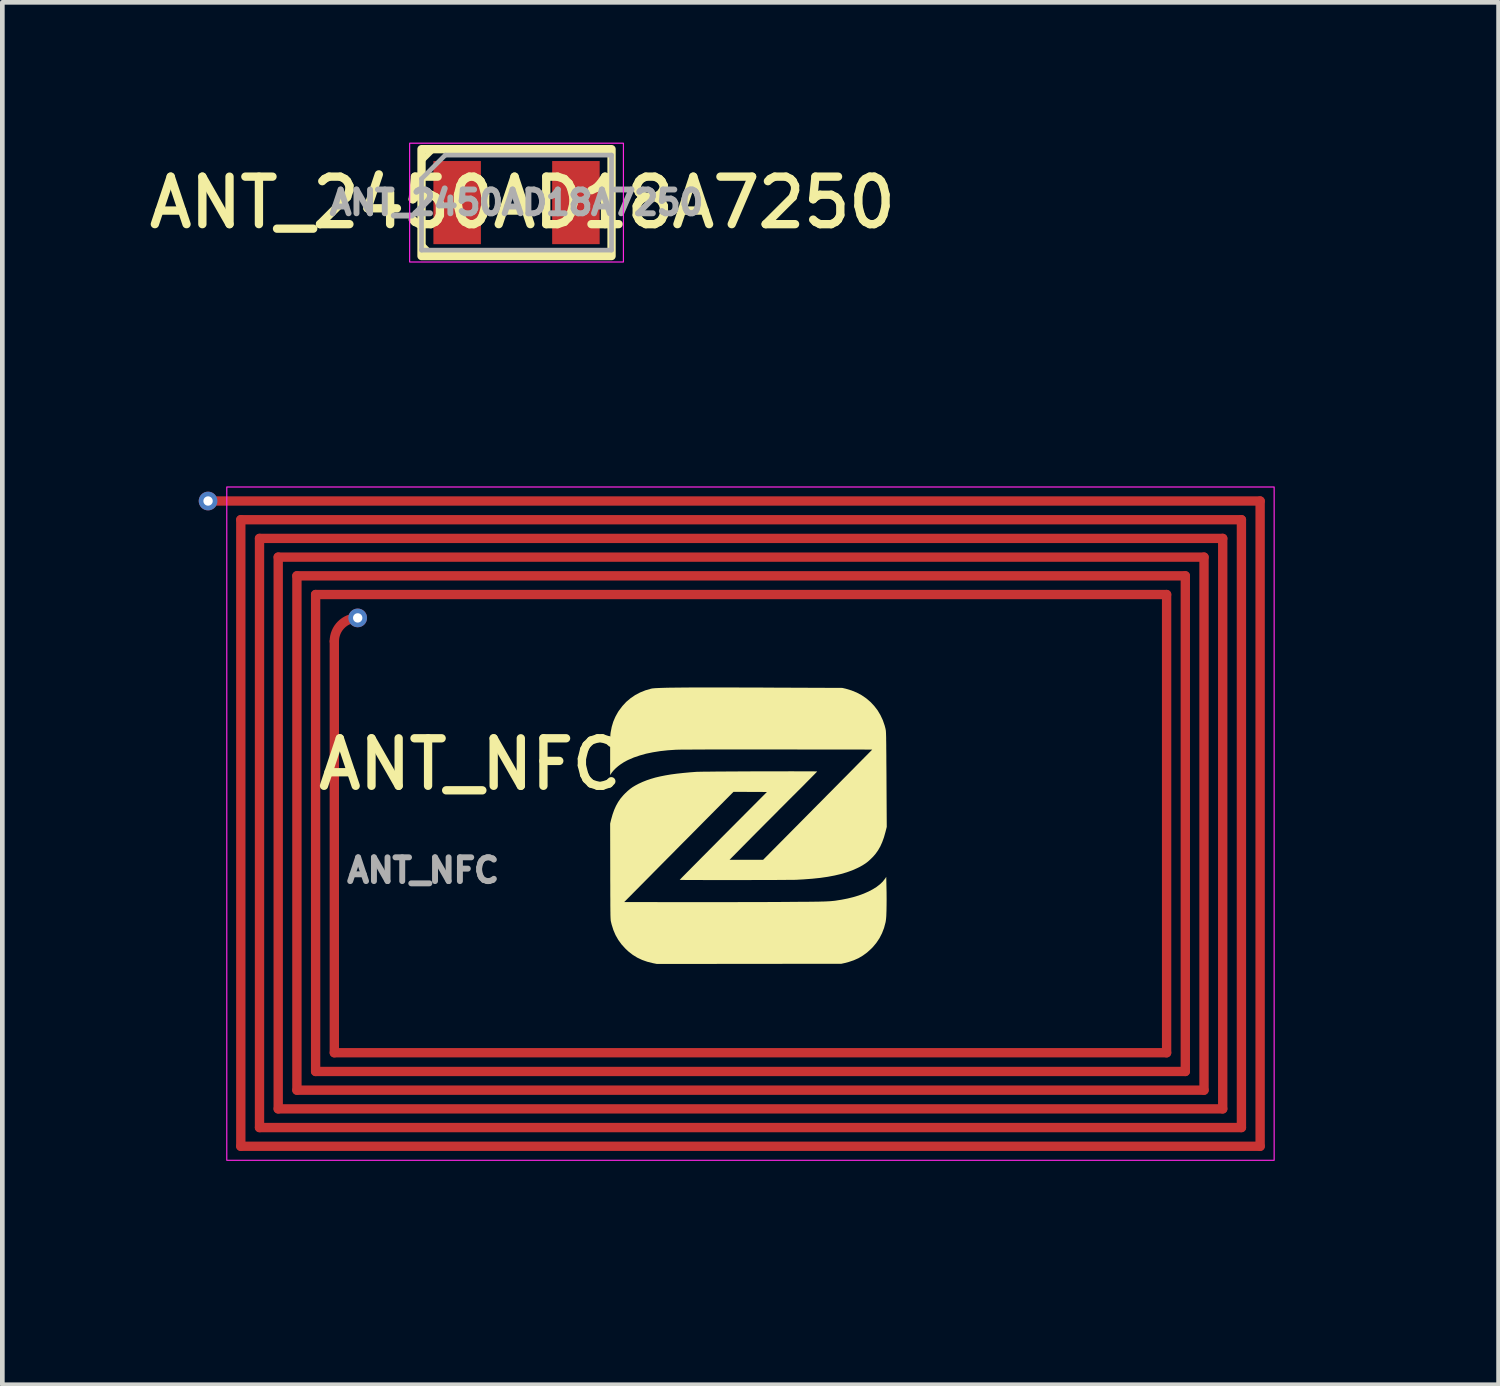
<source format=kicad_pcb>
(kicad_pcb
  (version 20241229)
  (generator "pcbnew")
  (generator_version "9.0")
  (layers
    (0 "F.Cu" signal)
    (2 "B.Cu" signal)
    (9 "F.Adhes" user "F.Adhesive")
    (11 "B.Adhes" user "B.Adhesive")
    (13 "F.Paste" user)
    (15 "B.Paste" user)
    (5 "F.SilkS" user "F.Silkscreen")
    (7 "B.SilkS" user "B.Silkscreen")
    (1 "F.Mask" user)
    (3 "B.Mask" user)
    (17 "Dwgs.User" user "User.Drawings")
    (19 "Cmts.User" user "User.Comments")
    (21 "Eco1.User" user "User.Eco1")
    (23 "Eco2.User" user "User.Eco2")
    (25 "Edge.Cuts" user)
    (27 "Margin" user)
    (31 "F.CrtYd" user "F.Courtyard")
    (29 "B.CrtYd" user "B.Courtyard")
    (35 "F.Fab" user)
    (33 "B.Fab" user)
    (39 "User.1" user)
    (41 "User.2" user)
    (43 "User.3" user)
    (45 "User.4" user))
  (footprint "ANT_2450AD18A7250"
    (layer "F.Cu")
    (at 7.997 1.283)
    (property "Reference" "ANT_2450AD18A7250" (at 0.127 0 0) (layer "F.SilkS") (effects (font (size 1.016 1.016) (thickness 0.178))))
    (attr smd)
    (fp_line (start -2.032 -0.889) (end -1.778 -1.143) (stroke (width 0.12) (type solid)) (layer "F.SilkS"))
    (fp_line (start -2.032 0.889) (end -1.778 1.143) (stroke (width 0.12) (type solid)) (layer "F.SilkS"))
    (fp_rect (start -2.032 -1.143) (end 2.032 1.143) (stroke (width 0.178) (type solid)) (fill no) (layer "F.SilkS"))
    (fp_rect (start -2.286 -1.27) (end 2.286 1.27) (stroke (width 0.025) (type solid)) (fill no) (layer "F.CrtYd"))
    (fp_line (start -2.032 -0.508) (end -1.524 -1.016) (stroke (width 0.1) (type solid)) (layer "F.Fab"))
    (fp_line (start -2.032 1.016) (end -2.032 -0.508) (stroke (width 0.1) (type solid)) (layer "F.Fab"))
    (fp_line (start -1.524 -1.016) (end 2.032 -1.016) (stroke (width 0.1) (type solid)) (layer "F.Fab"))
    (fp_line (start 2.032 -1.016) (end 2.032 1.016) (stroke (width 0.1) (type solid)) (layer "F.Fab"))
    (fp_line (start 2.032 1.016) (end -2.032 1.016) (stroke (width 0.1) (type solid)) (layer "F.Fab"))
    (fp_text user "${REFERENCE}" (at 0 0 0) (layer "F.Fab") (effects (font (size 0.508 0.508) (thickness 0.127))))
    (pad "1" smd rect (at -1.27 0) (size 1.016 1.778) (layers "F.Cu" "F.Mask" "F.Paste"))
    (pad "2" smd rect (at 1.27 0) (size 1.016 1.778) (layers "F.Cu" "F.Mask" "F.Paste")))
  (footprint "ANT_NFC"
    (layer "F.Cu")
    (at 2 14.565)
    (property "Reference" "ANT_NFC" (at 5 -1.27 0) (layer "F.SilkS") (effects (font (size 1.016 1.016) (thickness 0.178))))
    (attr smd)
    (fp_line (start -0.6 -6.9) (end 21.9 -6.9) (stroke (width 0.2) (type solid)) (layer "F.Cu"))
    (fp_line (start 0.1 -6.5) (end 0.1 6.9) (stroke (width 0.2) (type solid)) (layer "F.Cu"))
    (fp_line (start 0.1 -6.5) (end 21.5 -6.5) (stroke (width 0.2) (type solid)) (layer "F.Cu"))
    (fp_line (start 0.1 6.9) (end 21.9 6.9) (stroke (width 0.2) (type solid)) (layer "F.Cu"))
    (fp_line (start 0.5 -6.1) (end 0.5 6.5) (stroke (width 0.2) (type solid)) (layer "F.Cu"))
    (fp_line (start 0.5 -6.1) (end 21.1 -6.1) (stroke (width 0.2) (type solid)) (layer "F.Cu"))
    (fp_line (start 0.5 6.5) (end 21.5 6.5) (stroke (width 0.2) (type solid)) (layer "F.Cu"))
    (fp_line (start 0.9 -5.7) (end 0.9 6.1) (stroke (width 0.2) (type solid)) (layer "F.Cu"))
    (fp_line (start 0.9 -5.7) (end 20.7 -5.7) (stroke (width 0.2) (type solid)) (layer "F.Cu"))
    (fp_line (start 0.9 6.1) (end 21.1 6.1) (stroke (width 0.2) (type solid)) (layer "F.Cu"))
    (fp_line (start 1.3 -5.3) (end 1.3 5.7) (stroke (width 0.2) (type solid)) (layer "F.Cu"))
    (fp_line (start 1.3 -5.3) (end 20.3 -5.3) (stroke (width 0.2) (type solid)) (layer "F.Cu"))
    (fp_line (start 1.3 5.7) (end 20.7 5.7) (stroke (width 0.2) (type solid)) (layer "F.Cu"))
    (fp_line (start 1.7 -4.9) (end 1.7 5.3) (stroke (width 0.2) (type solid)) (layer "F.Cu"))
    (fp_line (start 1.7 -4.9) (end 19.9 -4.9) (stroke (width 0.2) (type solid)) (layer "F.Cu"))
    (fp_line (start 1.7 5.3) (end 20.3 5.3) (stroke (width 0.2) (type solid)) (layer "F.Cu"))
    (fp_line (start 2.1 -3.9) (end 2.1 4.9) (stroke (width 0.2) (type solid)) (layer "F.Cu"))
    (fp_line (start 2.1 4.9) (end 19.9 4.9) (stroke (width 0.2) (type solid)) (layer "F.Cu"))
    (fp_line (start 19.9 -4.9) (end 19.9 4.9) (stroke (width 0.2) (type solid)) (layer "F.Cu"))
    (fp_line (start 20.3 -5.3) (end 20.3 5.3) (stroke (width 0.2) (type solid)) (layer "F.Cu"))
    (fp_line (start 20.7 -5.7) (end 20.7 5.7) (stroke (width 0.2) (type solid)) (layer "F.Cu"))
    (fp_line (start 21.1 -6.1) (end 21.1 6.1) (stroke (width 0.2) (type solid)) (layer "F.Cu"))
    (fp_line (start 21.5 -6.5) (end 21.5 6.5) (stroke (width 0.2) (type solid)) (layer "F.Cu"))
    (fp_line (start 21.9 -6.9) (end 21.9 6.9) (stroke (width 0.2) (type solid)) (layer "F.Cu"))
    (fp_arc (start 2.1 -3.9) (mid 2.246447 -4.253553) (end 2.6 -4.4) (stroke (width 0.2) (type solid)) (layer "F.Cu"))
    (fp_poly (pts (xy 8.019 -0.084) (xy 8.05 -0.194) (xy 8.085 -0.293) (xy 8.125 -0.382) (xy 8.171 -0.464) (xy 8.224 -0.541) (xy 8.286 -0.613) (xy 8.319 -0.647) (xy 8.373 -0.698) (xy 8.425 -0.742) (xy 8.478 -0.78) (xy 8.536 -0.815) (xy 8.603 -0.851) (xy 8.616 -0.857) (xy 8.697 -0.894) (xy 8.783 -0.928) (xy 8.872 -0.958) (xy 8.968 -0.986) (xy 9.07 -1.01) (xy 9.18 -1.032) (xy 9.298 -1.052) (xy 9.426 -1.069) (xy 9.564 -1.084) (xy 9.714 -1.098) (xy 9.85 -1.108) (xy 9.868 -1.108) (xy 9.898 -1.109) (xy 9.938 -1.11) (xy 9.99 -1.111) (xy 10.05 -1.112) (xy 10.12 -1.112) (xy 10.197 -1.113) (xy 10.282 -1.114) (xy 10.372 -1.114) (xy 10.469 -1.115) (xy 10.57 -1.116) (xy 10.675 -1.116) (xy 10.784 -1.117) (xy 10.895 -1.117) (xy 11.007 -1.118) (xy 11.121 -1.118) (xy 11.234 -1.118) (xy 11.347 -1.119) (xy 11.458 -1.119) (xy 11.568 -1.119) (xy 11.674 -1.119) (xy 11.776 -1.119) (xy 11.874 -1.12) (xy 11.966 -1.119) (xy 12.053 -1.119) (xy 12.132 -1.119) (xy 12.203 -1.119) (xy 12.266 -1.119) (xy 12.32 -1.118) (xy 12.364 -1.118) (xy 12.397 -1.117) (xy 12.418 -1.117) (xy 12.427 -1.116) (xy 12.427 -1.116) (xy 12.422 -1.111) (xy 12.409 -1.096) (xy 12.387 -1.074) (xy 12.358 -1.044) (xy 12.322 -1.008) (xy 12.28 -0.965) (xy 12.232 -0.917) (xy 12.18 -0.864) (xy 12.123 -0.806) (xy 12.062 -0.745) (xy 11.998 -0.682) (xy 11.97 -0.653) (xy 11.893 -0.577) (xy 11.809 -0.493) (xy 11.719 -0.402) (xy 11.624 -0.308) (xy 11.528 -0.21) (xy 11.43 -0.112) (xy 11.333 -0.015) (xy 11.24 0.079) (xy 11.15 0.169) (xy 11.067 0.253) (xy 11.032 0.288) (xy 10.552 0.774) (xy 11.27 0.774) (xy 12.074 -0.037) (xy 12.167 -0.131) (xy 12.261 -0.226) (xy 12.357 -0.323) (xy 12.452 -0.419) (xy 12.547 -0.514) (xy 12.639 -0.608) (xy 12.73 -0.699) (xy 12.817 -0.787) (xy 12.9 -0.871) (xy 12.977 -0.949) (xy 13.05 -1.022) (xy 13.115 -1.088) (xy 13.173 -1.147) (xy 13.223 -1.197) (xy 13.241 -1.216) (xy 13.605 -1.584) (xy 11.581 -1.586) (xy 11.347 -1.586) (xy 11.127 -1.586) (xy 10.92 -1.586) (xy 10.726 -1.586) (xy 10.545 -1.586) (xy 10.378 -1.586) (xy 10.224 -1.586) (xy 10.083 -1.586) (xy 9.955 -1.585) (xy 9.84 -1.585) (xy 9.739 -1.584) (xy 9.651 -1.584) (xy 9.576 -1.583) (xy 9.515 -1.583) (xy 9.467 -1.582) (xy 9.432 -1.581) (xy 9.413 -1.581) (xy 9.235 -1.569) (xy 9.069 -1.551) (xy 8.913 -1.526) (xy 8.768 -1.496) (xy 8.633 -1.458) (xy 8.506 -1.415) (xy 8.388 -1.364) (xy 8.353 -1.347) (xy 8.29 -1.312) (xy 8.228 -1.272) (xy 8.169 -1.228) (xy 8.116 -1.182) (xy 8.07 -1.135) (xy 8.034 -1.091) (xy 8.026 -1.079) (xy 7.999 -1.038) (xy 7.999 -1.46) (xy 7.999 -1.55) (xy 7.999 -1.627) (xy 8 -1.694) (xy 8 -1.75) (xy 8.001 -1.798) (xy 8.002 -1.837) (xy 8.003 -1.87) (xy 8.004 -1.897) (xy 8.006 -1.92) (xy 8.008 -1.939) (xy 8.01 -1.953) (xy 8.033 -2.071) (xy 8.066 -2.181) (xy 8.111 -2.286) (xy 8.167 -2.387) (xy 8.187 -2.417) (xy 8.261 -2.515) (xy 8.343 -2.604) (xy 8.434 -2.681) (xy 8.533 -2.749) (xy 8.639 -2.805) (xy 8.753 -2.851) (xy 8.874 -2.886) (xy 8.888 -2.889) (xy 8.905 -2.892) (xy 8.929 -2.894) (xy 8.96 -2.897) (xy 8.998 -2.899) (xy 9.045 -2.901) (xy 9.099 -2.903) (xy 9.162 -2.905) (xy 9.233 -2.907) (xy 9.313 -2.908) (xy 9.403 -2.909) (xy 9.502 -2.91) (xy 9.611 -2.911) (xy 9.73 -2.912) (xy 9.86 -2.912) (xy 10 -2.912) (xy 10.152 -2.913) (xy 10.314 -2.912) (xy 10.489 -2.912) (xy 10.675 -2.912) (xy 10.874 -2.911) (xy 11.085 -2.911) (xy 11.31 -2.91) (xy 11.437 -2.909) (xy 12.964 -2.903) (xy 13.041 -2.885) (xy 13.16 -2.849) (xy 13.273 -2.803) (xy 13.379 -2.746) (xy 13.477 -2.679) (xy 13.567 -2.602) (xy 13.647 -2.517) (xy 13.719 -2.423) (xy 13.78 -2.321) (xy 13.831 -2.212) (xy 13.871 -2.096) (xy 13.888 -2.03) (xy 13.89 -2.021) (xy 13.891 -2.012) (xy 13.893 -2.003) (xy 13.895 -1.993) (xy 13.896 -1.981) (xy 13.897 -1.966) (xy 13.898 -1.948) (xy 13.899 -1.927) (xy 13.9 -1.901) (xy 13.901 -1.87) (xy 13.902 -1.833) (xy 13.902 -1.79) (xy 13.903 -1.74) (xy 13.904 -1.681) (xy 13.904 -1.615) (xy 13.905 -1.539) (xy 13.906 -1.454) (xy 13.906 -1.358) (xy 13.907 -1.251) (xy 13.908 -1.133) (xy 13.909 -1.002) (xy 13.909 -0.947) (xy 13.915 0.07) (xy 13.887 0.18) (xy 13.855 0.293) (xy 13.818 0.395) (xy 13.777 0.487) (xy 13.73 0.569) (xy 13.677 0.644) (xy 13.621 0.709) (xy 13.566 0.763) (xy 13.513 0.811) (xy 13.457 0.853) (xy 13.396 0.892) (xy 13.327 0.93) (xy 13.28 0.953) (xy 13.176 0.999) (xy 13.062 1.04) (xy 12.937 1.077) (xy 12.801 1.109) (xy 12.653 1.137) (xy 12.494 1.16) (xy 12.323 1.178) (xy 12.14 1.192) (xy 11.997 1.2) (xy 11.975 1.201) (xy 11.942 1.202) (xy 11.898 1.202) (xy 11.843 1.203) (xy 11.78 1.203) (xy 11.708 1.204) (xy 11.629 1.204) (xy 11.543 1.205) (xy 11.451 1.205) (xy 11.353 1.206) (xy 11.251 1.206) (xy 11.146 1.206) (xy 11.037 1.206) (xy 10.927 1.207) (xy 10.815 1.207) (xy 10.703 1.207) (xy 10.591 1.207) (xy 10.48 1.207) (xy 10.371 1.207) (xy 10.265 1.207) (xy 10.162 1.207) (xy 10.064 1.207) (xy 9.97 1.206) (xy 9.883 1.206) (xy 9.802 1.206) (xy 9.728 1.205) (xy 9.663 1.205) (xy 9.607 1.205) (xy 9.56 1.204) (xy 9.525 1.204) (xy 9.5 1.203) (xy 9.488 1.202) (xy 9.487 1.202) (xy 9.491 1.197) (xy 9.505 1.183) (xy 9.527 1.16) (xy 9.557 1.129) (xy 9.595 1.091) (xy 9.64 1.045) (xy 9.692 0.993) (xy 9.75 0.934) (xy 9.814 0.87) (xy 9.883 0.8) (xy 9.957 0.725) (xy 10.036 0.646) (xy 10.118 0.563) (xy 10.205 0.476) (xy 10.294 0.386) (xy 10.386 0.293) (xy 10.419 0.26) (xy 11.352 -0.677) (xy 10.637 -0.68) (xy 10.046 -0.085) (xy 9.958 0.004) (xy 9.861 0.102) (xy 9.759 0.205) (xy 9.653 0.312) (xy 9.543 0.422) (xy 9.433 0.533) (xy 9.324 0.644) (xy 9.216 0.752) (xy 9.112 0.857) (xy 9.014 0.956) (xy 8.922 1.049) (xy 8.878 1.094) (xy 8.3 1.677) (xy 9.651 1.679) (xy 9.799 1.679) (xy 9.951 1.679) (xy 10.106 1.679) (xy 10.264 1.679) (xy 10.422 1.679) (xy 10.58 1.679) (xy 10.736 1.678) (xy 10.89 1.678) (xy 11.039 1.678) (xy 11.183 1.677) (xy 11.32 1.677) (xy 11.449 1.676) (xy 11.569 1.676) (xy 11.679 1.675) (xy 11.778 1.675) (xy 11.814 1.674) (xy 11.94 1.673) (xy 12.055 1.672) (xy 12.158 1.672) (xy 12.25 1.671) (xy 12.332 1.67) (xy 12.405 1.669) (xy 12.47 1.668) (xy 12.528 1.666) (xy 12.579 1.665) (xy 12.624 1.663) (xy 12.665 1.661) (xy 12.702 1.659) (xy 12.735 1.656) (xy 12.767 1.653) (xy 12.797 1.65) (xy 12.827 1.646) (xy 12.857 1.641) (xy 12.888 1.636) (xy 12.922 1.631) (xy 12.947 1.627) (xy 13.075 1.602) (xy 13.197 1.572) (xy 13.313 1.537) (xy 13.422 1.497) (xy 13.522 1.453) (xy 13.614 1.405) (xy 13.696 1.354) (xy 13.767 1.299) (xy 13.827 1.242) (xy 13.874 1.183) (xy 13.878 1.178) (xy 13.904 1.138) (xy 13.908 1.324) (xy 13.911 1.475) (xy 13.912 1.615) (xy 13.911 1.744) (xy 13.909 1.864) (xy 13.907 1.914) (xy 13.905 1.975) (xy 13.901 2.026) (xy 13.896 2.069) (xy 13.89 2.107) (xy 13.889 2.111) (xy 13.857 2.231) (xy 13.813 2.345) (xy 13.758 2.452) (xy 13.691 2.552) (xy 13.613 2.645) (xy 13.579 2.679) (xy 13.494 2.756) (xy 13.405 2.821) (xy 13.311 2.877) (xy 13.21 2.922) (xy 13.1 2.959) (xy 13.008 2.983) (xy 12.944 2.997) (xy 10.971 2.999) (xy 8.999 3.001) (xy 8.914 2.984) (xy 8.794 2.954) (xy 8.683 2.915) (xy 8.579 2.866) (xy 8.482 2.806) (xy 8.391 2.735) (xy 8.326 2.674) (xy 8.244 2.584) (xy 8.174 2.488) (xy 8.115 2.385) (xy 8.068 2.275) (xy 8.031 2.158) (xy 8.018 2.104) (xy 8.016 2.095) (xy 8.014 2.086) (xy 8.012 2.077) (xy 8.011 2.066) (xy 8.01 2.054) (xy 8.009 2.04) (xy 8.008 2.022) (xy 8.007 2) (xy 8.006 1.974) (xy 8.005 1.943) (xy 8.005 1.906) (xy 8.004 1.863) (xy 8.004 1.813) (xy 8.003 1.755) (xy 8.003 1.688) (xy 8.003 1.612) (xy 8.002 1.527) (xy 8.002 1.431) (xy 8.002 1.324) (xy 8.001 1.206) (xy 8.001 1.075) (xy 8.001 1.018) (xy 7.999 -0.001)) (stroke (width 0) (type solid)) (fill yes) (layer "F.SilkS"))
    (fp_rect (start -0.2 -7.2) (end 22.2 7.2) (stroke (width 0.025) (type solid)) (fill no) (layer "F.CrtYd"))
    (fp_text user "${REFERENCE}" (at 4 1 0) (layer "F.Fab") (effects (font (size 0.508 0.508) (thickness 0.127))))
    (pad "1" thru_hole circle (at 2.6 -4.4) (size 0.4 0.4) (drill 0.2) (layers "*.Cu" "*.Mask"))
    (pad "2" thru_hole circle (at -0.6 -6.9) (size 0.4 0.4) (drill 0.2) (layers "*.Cu" "*.Mask"))
    (zone (net_name "") (layer "F.Cu") (hatch edge 0.508) (connect_pads) (min_thickness 0.254) (filled_areas_thickness no) (keepout (tracks allowed) (vias allowed) (pads allowed) (copperpour not_allowed) (footprints allowed)) (placement (enabled no)) (fill) (polygon (pts (xy 2 23.565) (xy 0 23.565) (xy 0 5.565) (xy 2 5.565))))
    (zone (net_name "") (layer "F.Cu") (hatch edge 0.508) (connect_pads) (min_thickness 0.254) (filled_areas_thickness no) (keepout (tracks allowed) (vias allowed) (pads allowed) (copperpour not_allowed) (footprints allowed)) (placement (enabled no)) (fill) (polygon (pts (xy 6.2 19.365) (xy 4.2 19.365) (xy 4.2 9.765) (xy 6.2 9.765))))
    (zone (net_name "") (layer "F.Cu") (hatch edge 0.508) (connect_pads) (min_thickness 0.254) (filled_areas_thickness no) (keepout (tracks allowed) (vias allowed) (pads allowed) (copperpour not_allowed) (footprints allowed)) (placement (enabled no)) (fill) (polygon (pts (xy 19.8 11.765) (xy 4.2 11.765) (xy 4.2 9.765) (xy 19.8 9.765))))
    (zone (net_name "") (layer "F.Cu") (hatch edge 0.508) (connect_pads) (min_thickness 0.254) (filled_areas_thickness no) (keepout (tracks allowed) (vias allowed) (pads allowed) (copperpour not_allowed) (footprints allowed)) (placement (enabled no)) (fill) (polygon (pts (xy 19.8 19.465) (xy 4.2 19.365) (xy 4.2 17.365) (xy 19.8 17.365))))
    (zone (net_name "") (layer "F.Cu") (hatch edge 0.508) (connect_pads) (min_thickness 0.254) (filled_areas_thickness no) (keepout (tracks allowed) (vias allowed) (pads allowed) (copperpour not_allowed) (footprints allowed)) (placement (enabled no)) (fill) (polygon (pts (xy 21.8 19.365) (xy 19.8 19.365) (xy 19.8 9.765) (xy 21.8 9.765))))
    (zone (net_name "") (layer "F.Cu") (hatch edge 0.508) (connect_pads) (min_thickness 0.254) (filled_areas_thickness no) (keepout (tracks allowed) (vias allowed) (pads allowed) (copperpour not_allowed) (footprints allowed)) (placement (enabled no)) (fill) (polygon (pts (xy 26 7.565) (xy 0 7.565) (xy 0 5.565) (xy 26 5.565))))
    (zone (net_name "") (layer "F.Cu") (hatch edge 0.508) (connect_pads) (min_thickness 0.254) (filled_areas_thickness no) (keepout (tracks allowed) (vias allowed) (pads not_allowed) (copperpour not_allowed) (footprints allowed)) (placement (enabled no)) (fill) (polygon (pts (xy 26 23.565) (xy 0 23.565) (xy 0 21.565) (xy 26 21.565))))
    (zone (net_name "") (layer "F.Cu") (hatch edge 0.508) (connect_pads) (min_thickness 0.254) (filled_areas_thickness no) (keepout (tracks allowed) (vias allowed) (pads allowed) (copperpour not_allowed) (footprints allowed)) (placement (enabled no)) (fill) (polygon (pts (xy 26 23.565) (xy 24 23.565) (xy 24 5.565) (xy 26 5.565)))))
  (gr_rect
    (start -3 -3)
    (end 29 26.565)
    (stroke (width 0.1) (type default))
    (fill no)
    (layer "Edge.Cuts")))
</source>
